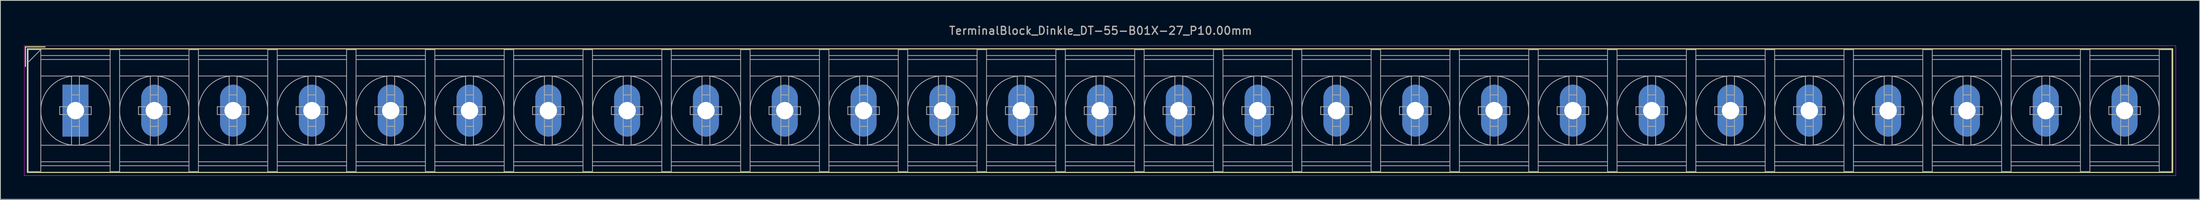
<source format=kicad_pcb>
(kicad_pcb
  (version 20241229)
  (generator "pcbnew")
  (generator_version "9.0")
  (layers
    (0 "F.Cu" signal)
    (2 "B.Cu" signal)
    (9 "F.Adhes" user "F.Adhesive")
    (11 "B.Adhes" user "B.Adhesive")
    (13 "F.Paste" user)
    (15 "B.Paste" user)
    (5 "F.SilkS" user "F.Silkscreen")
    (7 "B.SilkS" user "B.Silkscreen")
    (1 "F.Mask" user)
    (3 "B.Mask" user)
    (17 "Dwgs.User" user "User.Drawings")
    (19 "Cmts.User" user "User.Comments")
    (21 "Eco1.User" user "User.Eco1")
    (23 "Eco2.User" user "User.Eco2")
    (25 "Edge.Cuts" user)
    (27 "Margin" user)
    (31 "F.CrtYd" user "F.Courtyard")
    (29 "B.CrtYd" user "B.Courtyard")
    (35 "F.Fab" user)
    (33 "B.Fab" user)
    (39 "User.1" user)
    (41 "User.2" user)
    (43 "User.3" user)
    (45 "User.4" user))
  (footprint "TerminalBlock_Dinkle_DT-55-B01X-27_P10.00mm"
    (layer "F.Cu")
    (at 6.525 11.008)
    (property "Reference" "TerminalBlock_Dinkle_DT-55-B01X-27_P10.00mm" (at 130.08 -10.16 0) (layer "F.SilkS") (effects (font (size 1 1) (thickness 0.15))))
    (attr through_hole)
    (fp_line (start -6.35 -8.1) (end -3.85 -8.1) (stroke (width 0.12) (type solid)) (layer "F.SilkS"))
    (fp_line (start -6.35 -5.6) (end -6.35 -8.1) (stroke (width 0.12) (type solid)) (layer "F.SilkS"))
    (fp_line (start -6.1 -7.85) (end 266.1 -7.85) (stroke (width 0.12) (type solid)) (layer "F.SilkS"))
    (fp_line (start -6.1 7.85) (end -6.1 -7.85) (stroke (width 0.12) (type solid)) (layer "F.SilkS"))
    (fp_line (start -6.1 7.85) (end 266.1 7.85) (stroke (width 0.12) (type solid)) (layer "F.SilkS"))
    (fp_line (start 266.1 -7.85) (end 266.1 7.85) (stroke (width 0.12) (type solid)) (layer "F.SilkS"))
    (fp_line (start -6.5 -8.25) (end 266.5 -8.25) (stroke (width 0.05) (type solid)) (layer "F.CrtYd"))
    (fp_line (start -6.5 8.25) (end -6.5 -8.25) (stroke (width 0.05) (type solid)) (layer "F.CrtYd"))
    (fp_line (start -6.5 8.25) (end 266.5 8.25) (stroke (width 0.05) (type solid)) (layer "F.CrtYd"))
    (fp_line (start 266.5 -8.25) (end 266.5 8.25) (stroke (width 0.05) (type solid)) (layer "F.CrtYd"))
    (fp_line (start -6 -7.75) (end -6 7.75) (stroke (width 0.1) (type solid)) (layer "F.Fab"))
    (fp_line (start -6 -7.75) (end -4.4 -7.75) (stroke (width 0.1) (type solid)) (layer "F.Fab"))
    (fp_line (start -6 7.75) (end -4.4 7.75) (stroke (width 0.1) (type solid)) (layer "F.Fab"))
    (fp_line (start -4.4 -7.75) (end -6 -6.15) (stroke (width 0.1) (type solid)) (layer "F.Fab"))
    (fp_line (start -4.4 -7.75) (end -4.4 7.75) (stroke (width 0.1) (type solid)) (layer "F.Fab"))
    (fp_line (start -4.4 -7) (end 4.4 -7) (stroke (width 0.1) (type solid)) (layer "F.Fab"))
    (fp_line (start -4.4 -6.5) (end 4.4 -6.5) (stroke (width 0.1) (type solid)) (layer "F.Fab"))
    (fp_line (start -4.4 -4.4) (end 4.4 -4.4) (stroke (width 0.1) (type solid)) (layer "F.Fab"))
    (fp_line (start -4.4 4.4) (end 4.4 4.4) (stroke (width 0.1) (type solid)) (layer "F.Fab"))
    (fp_line (start -4.4 6.5) (end 4.4 6.5) (stroke (width 0.1) (type solid)) (layer "F.Fab"))
    (fp_line (start -4.4 7) (end 4.4 7) (stroke (width 0.1) (type solid)) (layer "F.Fab"))
    (fp_line (start -2 -0.5) (end -2 0.5) (stroke (width 0.1) (type solid)) (layer "F.Fab"))
    (fp_line (start -2 0.5) (end -0.5 0.5) (stroke (width 0.1) (type solid)) (layer "F.Fab"))
    (fp_line (start -0.5 -4.35) (end -0.5 -0.5) (stroke (width 0.1) (type solid)) (layer "F.Fab"))
    (fp_line (start -0.5 -2) (end 0.5 -2) (stroke (width 0.1) (type solid)) (layer "F.Fab"))
    (fp_line (start -0.5 -0.5) (end -2 -0.5) (stroke (width 0.1) (type solid)) (layer "F.Fab"))
    (fp_line (start -0.5 0.5) (end -0.5 4.35) (stroke (width 0.1) (type solid)) (layer "F.Fab"))
    (fp_line (start -0.5 2) (end 0.5 2) (stroke (width 0.1) (type solid)) (layer "F.Fab"))
    (fp_line (start 0.5 -4.35) (end 0.5 -0.5) (stroke (width 0.1) (type solid)) (layer "F.Fab"))
    (fp_line (start 0.5 -0.5) (end 2 -0.5) (stroke (width 0.1) (type solid)) (layer "F.Fab"))
    (fp_line (start 0.5 0.5) (end 0.5 4.35) (stroke (width 0.1) (type solid)) (layer "F.Fab"))
    (fp_line (start 2 -0.5) (end 2 0.5) (stroke (width 0.1) (type solid)) (layer "F.Fab"))
    (fp_line (start 2 0.5) (end 0.5 0.5) (stroke (width 0.1) (type solid)) (layer "F.Fab"))
    (fp_line (start 4.4 -7.75) (end 4.4 7.75) (stroke (width 0.1) (type solid)) (layer "F.Fab"))
    (fp_line (start 4.4 -7.75) (end 5.6 -7.75) (stroke (width 0.1) (type solid)) (layer "F.Fab"))
    (fp_line (start 4.4 7.75) (end 5.6 7.75) (stroke (width 0.1) (type solid)) (layer "F.Fab"))
    (fp_line (start 5.6 -7.75) (end 5.6 7.75) (stroke (width 0.1) (type solid)) (layer "F.Fab"))
    (fp_line (start 5.6 -7) (end 14.4 -7) (stroke (width 0.1) (type solid)) (layer "F.Fab"))
    (fp_line (start 5.6 -6.5) (end 14.4 -6.5) (stroke (width 0.1) (type solid)) (layer "F.Fab"))
    (fp_line (start 5.6 -4.4) (end 14.4 -4.4) (stroke (width 0.1) (type solid)) (layer "F.Fab"))
    (fp_line (start 5.6 4.4) (end 14.4 4.4) (stroke (width 0.1) (type solid)) (layer "F.Fab"))
    (fp_line (start 5.6 6.5) (end 14.4 6.5) (stroke (width 0.1) (type solid)) (layer "F.Fab"))
    (fp_line (start 5.6 7) (end 14.4 7) (stroke (width 0.1) (type solid)) (layer "F.Fab"))
    (fp_line (start 8 -0.5) (end 8 0.5) (stroke (width 0.1) (type solid)) (layer "F.Fab"))
    (fp_line (start 8 0.5) (end 9.5 0.5) (stroke (width 0.1) (type solid)) (layer "F.Fab"))
    (fp_line (start 9.5 -4.35) (end 9.5 -0.5) (stroke (width 0.1) (type solid)) (layer "F.Fab"))
    (fp_line (start 9.5 -2) (end 10.5 -2) (stroke (width 0.1) (type solid)) (layer "F.Fab"))
    (fp_line (start 9.5 -0.5) (end 8 -0.5) (stroke (width 0.1) (type solid)) (layer "F.Fab"))
    (fp_line (start 9.5 0.5) (end 9.5 4.35) (stroke (width 0.1) (type solid)) (layer "F.Fab"))
    (fp_line (start 9.5 2) (end 10.5 2) (stroke (width 0.1) (type solid)) (layer "F.Fab"))
    (fp_line (start 10.5 -4.35) (end 10.5 -0.5) (stroke (width 0.1) (type solid)) (layer "F.Fab"))
    (fp_line (start 10.5 -0.5) (end 12 -0.5) (stroke (width 0.1) (type solid)) (layer "F.Fab"))
    (fp_line (start 10.5 0.5) (end 10.5 4.35) (stroke (width 0.1) (type solid)) (layer "F.Fab"))
    (fp_line (start 12 -0.5) (end 12 0.5) (stroke (width 0.1) (type solid)) (layer "F.Fab"))
    (fp_line (start 12 0.5) (end 10.5 0.5) (stroke (width 0.1) (type solid)) (layer "F.Fab"))
    (fp_line (start 14.4 -7.75) (end 14.4 7.75) (stroke (width 0.1) (type solid)) (layer "F.Fab"))
    (fp_line (start 14.4 -7.75) (end 15.6 -7.75) (stroke (width 0.1) (type solid)) (layer "F.Fab"))
    (fp_line (start 14.4 7.75) (end 15.6 7.75) (stroke (width 0.1) (type solid)) (layer "F.Fab"))
    (fp_line (start 15.6 -7.75) (end 15.6 7.75) (stroke (width 0.1) (type solid)) (layer "F.Fab"))
    (fp_line (start 15.6 -7) (end 24.4 -7) (stroke (width 0.1) (type solid)) (layer "F.Fab"))
    (fp_line (start 15.6 -6.5) (end 24.4 -6.5) (stroke (width 0.1) (type solid)) (layer "F.Fab"))
    (fp_line (start 15.6 -4.4) (end 24.4 -4.4) (stroke (width 0.1) (type solid)) (layer "F.Fab"))
    (fp_line (start 15.6 4.4) (end 24.4 4.4) (stroke (width 0.1) (type solid)) (layer "F.Fab"))
    (fp_line (start 15.6 6.5) (end 24.4 6.5) (stroke (width 0.1) (type solid)) (layer "F.Fab"))
    (fp_line (start 15.6 7) (end 24.4 7) (stroke (width 0.1) (type solid)) (layer "F.Fab"))
    (fp_line (start 18 -0.5) (end 18 0.5) (stroke (width 0.1) (type solid)) (layer "F.Fab"))
    (fp_line (start 18 0.5) (end 19.5 0.5) (stroke (width 0.1) (type solid)) (layer "F.Fab"))
    (fp_line (start 19.5 -4.35) (end 19.5 -0.5) (stroke (width 0.1) (type solid)) (layer "F.Fab"))
    (fp_line (start 19.5 -2) (end 20.5 -2) (stroke (width 0.1) (type solid)) (layer "F.Fab"))
    (fp_line (start 19.5 -0.5) (end 18 -0.5) (stroke (width 0.1) (type solid)) (layer "F.Fab"))
    (fp_line (start 19.5 0.5) (end 19.5 4.35) (stroke (width 0.1) (type solid)) (layer "F.Fab"))
    (fp_line (start 19.5 2) (end 20.5 2) (stroke (width 0.1) (type solid)) (layer "F.Fab"))
    (fp_line (start 20.5 -4.35) (end 20.5 -0.5) (stroke (width 0.1) (type solid)) (layer "F.Fab"))
    (fp_line (start 20.5 -0.5) (end 22 -0.5) (stroke (width 0.1) (type solid)) (layer "F.Fab"))
    (fp_line (start 20.5 0.5) (end 20.5 4.35) (stroke (width 0.1) (type solid)) (layer "F.Fab"))
    (fp_line (start 22 -0.5) (end 22 0.5) (stroke (width 0.1) (type solid)) (layer "F.Fab"))
    (fp_line (start 22 0.5) (end 20.5 0.5) (stroke (width 0.1) (type solid)) (layer "F.Fab"))
    (fp_line (start 24.4 -7.75) (end 24.4 7.75) (stroke (width 0.1) (type solid)) (layer "F.Fab"))
    (fp_line (start 24.4 -7.75) (end 25.6 -7.75) (stroke (width 0.1) (type solid)) (layer "F.Fab"))
    (fp_line (start 24.4 7.75) (end 25.6 7.75) (stroke (width 0.1) (type solid)) (layer "F.Fab"))
    (fp_line (start 25.6 -7.75) (end 25.6 7.75) (stroke (width 0.1) (type solid)) (layer "F.Fab"))
    (fp_line (start 25.6 -7) (end 34.4 -7) (stroke (width 0.1) (type solid)) (layer "F.Fab"))
    (fp_line (start 25.6 -6.5) (end 34.4 -6.5) (stroke (width 0.1) (type solid)) (layer "F.Fab"))
    (fp_line (start 25.6 -4.4) (end 34.4 -4.4) (stroke (width 0.1) (type solid)) (layer "F.Fab"))
    (fp_line (start 25.6 4.4) (end 34.4 4.4) (stroke (width 0.1) (type solid)) (layer "F.Fab"))
    (fp_line (start 25.6 6.5) (end 34.4 6.5) (stroke (width 0.1) (type solid)) (layer "F.Fab"))
    (fp_line (start 25.6 7) (end 34.4 7) (stroke (width 0.1) (type solid)) (layer "F.Fab"))
    (fp_line (start 28 -0.5) (end 28 0.5) (stroke (width 0.1) (type solid)) (layer "F.Fab"))
    (fp_line (start 28 0.5) (end 29.5 0.5) (stroke (width 0.1) (type solid)) (layer "F.Fab"))
    (fp_line (start 29.5 -4.35) (end 29.5 -0.5) (stroke (width 0.1) (type solid)) (layer "F.Fab"))
    (fp_line (start 29.5 -2) (end 30.5 -2) (stroke (width 0.1) (type solid)) (layer "F.Fab"))
    (fp_line (start 29.5 -0.5) (end 28 -0.5) (stroke (width 0.1) (type solid)) (layer "F.Fab"))
    (fp_line (start 29.5 0.5) (end 29.5 4.35) (stroke (width 0.1) (type solid)) (layer "F.Fab"))
    (fp_line (start 29.5 2) (end 30.5 2) (stroke (width 0.1) (type solid)) (layer "F.Fab"))
    (fp_line (start 30.5 -4.35) (end 30.5 -0.5) (stroke (width 0.1) (type solid)) (layer "F.Fab"))
    (fp_line (start 30.5 -0.5) (end 32 -0.5) (stroke (width 0.1) (type solid)) (layer "F.Fab"))
    (fp_line (start 30.5 0.5) (end 30.5 4.35) (stroke (width 0.1) (type solid)) (layer "F.Fab"))
    (fp_line (start 32 -0.5) (end 32 0.5) (stroke (width 0.1) (type solid)) (layer "F.Fab"))
    (fp_line (start 32 0.5) (end 30.5 0.5) (stroke (width 0.1) (type solid)) (layer "F.Fab"))
    (fp_line (start 34.4 -7.75) (end 34.4 7.75) (stroke (width 0.1) (type solid)) (layer "F.Fab"))
    (fp_line (start 34.4 -7.75) (end 35.6 -7.75) (stroke (width 0.1) (type solid)) (layer "F.Fab"))
    (fp_line (start 34.4 7.75) (end 35.6 7.75) (stroke (width 0.1) (type solid)) (layer "F.Fab"))
    (fp_line (start 35.6 -7.75) (end 35.6 7.75) (stroke (width 0.1) (type solid)) (layer "F.Fab"))
    (fp_line (start 35.6 -7) (end 44.4 -7) (stroke (width 0.1) (type solid)) (layer "F.Fab"))
    (fp_line (start 35.6 -6.5) (end 44.4 -6.5) (stroke (width 0.1) (type solid)) (layer "F.Fab"))
    (fp_line (start 35.6 -4.4) (end 44.4 -4.4) (stroke (width 0.1) (type solid)) (layer "F.Fab"))
    (fp_line (start 35.6 4.4) (end 44.4 4.4) (stroke (width 0.1) (type solid)) (layer "F.Fab"))
    (fp_line (start 35.6 6.5) (end 44.4 6.5) (stroke (width 0.1) (type solid)) (layer "F.Fab"))
    (fp_line (start 35.6 7) (end 44.4 7) (stroke (width 0.1) (type solid)) (layer "F.Fab"))
    (fp_line (start 38 -0.5) (end 38 0.5) (stroke (width 0.1) (type solid)) (layer "F.Fab"))
    (fp_line (start 38 0.5) (end 39.5 0.5) (stroke (width 0.1) (type solid)) (layer "F.Fab"))
    (fp_line (start 39.5 -4.35) (end 39.5 -0.5) (stroke (width 0.1) (type solid)) (layer "F.Fab"))
    (fp_line (start 39.5 -2) (end 40.5 -2) (stroke (width 0.1) (type solid)) (layer "F.Fab"))
    (fp_line (start 39.5 -0.5) (end 38 -0.5) (stroke (width 0.1) (type solid)) (layer "F.Fab"))
    (fp_line (start 39.5 0.5) (end 39.5 4.35) (stroke (width 0.1) (type solid)) (layer "F.Fab"))
    (fp_line (start 39.5 2) (end 40.5 2) (stroke (width 0.1) (type solid)) (layer "F.Fab"))
    (fp_line (start 40.5 -4.35) (end 40.5 -0.5) (stroke (width 0.1) (type solid)) (layer "F.Fab"))
    (fp_line (start 40.5 -0.5) (end 42 -0.5) (stroke (width 0.1) (type solid)) (layer "F.Fab"))
    (fp_line (start 40.5 0.5) (end 40.5 4.35) (stroke (width 0.1) (type solid)) (layer "F.Fab"))
    (fp_line (start 42 -0.5) (end 42 0.5) (stroke (width 0.1) (type solid)) (layer "F.Fab"))
    (fp_line (start 42 0.5) (end 40.5 0.5) (stroke (width 0.1) (type solid)) (layer "F.Fab"))
    (fp_line (start 44.4 -7.75) (end 44.4 7.75) (stroke (width 0.1) (type solid)) (layer "F.Fab"))
    (fp_line (start 44.4 -7.75) (end 45.6 -7.75) (stroke (width 0.1) (type solid)) (layer "F.Fab"))
    (fp_line (start 44.4 7.75) (end 45.6 7.75) (stroke (width 0.1) (type solid)) (layer "F.Fab"))
    (fp_line (start 45.6 -7.75) (end 45.6 7.75) (stroke (width 0.1) (type solid)) (layer "F.Fab"))
    (fp_line (start 45.6 -7) (end 54.4 -7) (stroke (width 0.1) (type solid)) (layer "F.Fab"))
    (fp_line (start 45.6 -6.5) (end 54.4 -6.5) (stroke (width 0.1) (type solid)) (layer "F.Fab"))
    (fp_line (start 45.6 -4.4) (end 54.4 -4.4) (stroke (width 0.1) (type solid)) (layer "F.Fab"))
    (fp_line (start 45.6 4.4) (end 54.4 4.4) (stroke (width 0.1) (type solid)) (layer "F.Fab"))
    (fp_line (start 45.6 6.5) (end 54.4 6.5) (stroke (width 0.1) (type solid)) (layer "F.Fab"))
    (fp_line (start 45.6 7) (end 54.4 7) (stroke (width 0.1) (type solid)) (layer "F.Fab"))
    (fp_line (start 48 -0.5) (end 48 0.5) (stroke (width 0.1) (type solid)) (layer "F.Fab"))
    (fp_line (start 48 0.5) (end 49.5 0.5) (stroke (width 0.1) (type solid)) (layer "F.Fab"))
    (fp_line (start 49.5 -4.35) (end 49.5 -0.5) (stroke (width 0.1) (type solid)) (layer "F.Fab"))
    (fp_line (start 49.5 -2) (end 50.5 -2) (stroke (width 0.1) (type solid)) (layer "F.Fab"))
    (fp_line (start 49.5 -0.5) (end 48 -0.5) (stroke (width 0.1) (type solid)) (layer "F.Fab"))
    (fp_line (start 49.5 0.5) (end 49.5 4.35) (stroke (width 0.1) (type solid)) (layer "F.Fab"))
    (fp_line (start 49.5 2) (end 50.5 2) (stroke (width 0.1) (type solid)) (layer "F.Fab"))
    (fp_line (start 50.5 -4.35) (end 50.5 -0.5) (stroke (width 0.1) (type solid)) (layer "F.Fab"))
    (fp_line (start 50.5 -0.5) (end 52 -0.5) (stroke (width 0.1) (type solid)) (layer "F.Fab"))
    (fp_line (start 50.5 0.5) (end 50.5 4.35) (stroke (width 0.1) (type solid)) (layer "F.Fab"))
    (fp_line (start 52 -0.5) (end 52 0.5) (stroke (width 0.1) (type solid)) (layer "F.Fab"))
    (fp_line (start 52 0.5) (end 50.5 0.5) (stroke (width 0.1) (type solid)) (layer "F.Fab"))
    (fp_line (start 54.4 -7.75) (end 54.4 7.75) (stroke (width 0.1) (type solid)) (layer "F.Fab"))
    (fp_line (start 54.4 -7.75) (end 55.6 -7.75) (stroke (width 0.1) (type solid)) (layer "F.Fab"))
    (fp_line (start 54.4 7.75) (end 55.6 7.75) (stroke (width 0.1) (type solid)) (layer "F.Fab"))
    (fp_line (start 55.6 -7.75) (end 55.6 7.75) (stroke (width 0.1) (type solid)) (layer "F.Fab"))
    (fp_line (start 55.6 -7) (end 64.4 -7) (stroke (width 0.1) (type solid)) (layer "F.Fab"))
    (fp_line (start 55.6 -6.5) (end 64.4 -6.5) (stroke (width 0.1) (type solid)) (layer "F.Fab"))
    (fp_line (start 55.6 -4.4) (end 64.4 -4.4) (stroke (width 0.1) (type solid)) (layer "F.Fab"))
    (fp_line (start 55.6 4.4) (end 64.4 4.4) (stroke (width 0.1) (type solid)) (layer "F.Fab"))
    (fp_line (start 55.6 6.5) (end 64.4 6.5) (stroke (width 0.1) (type solid)) (layer "F.Fab"))
    (fp_line (start 55.6 7) (end 64.4 7) (stroke (width 0.1) (type solid)) (layer "F.Fab"))
    (fp_line (start 58 -0.5) (end 58 0.5) (stroke (width 0.1) (type solid)) (layer "F.Fab"))
    (fp_line (start 58 0.5) (end 59.5 0.5) (stroke (width 0.1) (type solid)) (layer "F.Fab"))
    (fp_line (start 59.5 -4.35) (end 59.5 -0.5) (stroke (width 0.1) (type solid)) (layer "F.Fab"))
    (fp_line (start 59.5 -2) (end 60.5 -2) (stroke (width 0.1) (type solid)) (layer "F.Fab"))
    (fp_line (start 59.5 -0.5) (end 58 -0.5) (stroke (width 0.1) (type solid)) (layer "F.Fab"))
    (fp_line (start 59.5 0.5) (end 59.5 4.35) (stroke (width 0.1) (type solid)) (layer "F.Fab"))
    (fp_line (start 59.5 2) (end 60.5 2) (stroke (width 0.1) (type solid)) (layer "F.Fab"))
    (fp_line (start 60.5 -4.35) (end 60.5 -0.5) (stroke (width 0.1) (type solid)) (layer "F.Fab"))
    (fp_line (start 60.5 -0.5) (end 62 -0.5) (stroke (width 0.1) (type solid)) (layer "F.Fab"))
    (fp_line (start 60.5 0.5) (end 60.5 4.35) (stroke (width 0.1) (type solid)) (layer "F.Fab"))
    (fp_line (start 62 -0.5) (end 62 0.5) (stroke (width 0.1) (type solid)) (layer "F.Fab"))
    (fp_line (start 62 0.5) (end 60.5 0.5) (stroke (width 0.1) (type solid)) (layer "F.Fab"))
    (fp_line (start 64.4 -7.75) (end 64.4 7.75) (stroke (width 0.1) (type solid)) (layer "F.Fab"))
    (fp_line (start 64.4 -7.75) (end 65.6 -7.75) (stroke (width 0.1) (type solid)) (layer "F.Fab"))
    (fp_line (start 64.4 7.75) (end 65.6 7.75) (stroke (width 0.1) (type solid)) (layer "F.Fab"))
    (fp_line (start 65.6 -7.75) (end 65.6 7.75) (stroke (width 0.1) (type solid)) (layer "F.Fab"))
    (fp_line (start 65.6 -7) (end 74.4 -7) (stroke (width 0.1) (type solid)) (layer "F.Fab"))
    (fp_line (start 65.6 -6.5) (end 74.4 -6.5) (stroke (width 0.1) (type solid)) (layer "F.Fab"))
    (fp_line (start 65.6 -4.4) (end 74.4 -4.4) (stroke (width 0.1) (type solid)) (layer "F.Fab"))
    (fp_line (start 65.6 4.4) (end 74.4 4.4) (stroke (width 0.1) (type solid)) (layer "F.Fab"))
    (fp_line (start 65.6 6.5) (end 74.4 6.5) (stroke (width 0.1) (type solid)) (layer "F.Fab"))
    (fp_line (start 65.6 7) (end 74.4 7) (stroke (width 0.1) (type solid)) (layer "F.Fab"))
    (fp_line (start 68 -0.5) (end 68 0.5) (stroke (width 0.1) (type solid)) (layer "F.Fab"))
    (fp_line (start 68 0.5) (end 69.5 0.5) (stroke (width 0.1) (type solid)) (layer "F.Fab"))
    (fp_line (start 69.5 -4.35) (end 69.5 -0.5) (stroke (width 0.1) (type solid)) (layer "F.Fab"))
    (fp_line (start 69.5 -2) (end 70.5 -2) (stroke (width 0.1) (type solid)) (layer "F.Fab"))
    (fp_line (start 69.5 -0.5) (end 68 -0.5) (stroke (width 0.1) (type solid)) (layer "F.Fab"))
    (fp_line (start 69.5 0.5) (end 69.5 4.35) (stroke (width 0.1) (type solid)) (layer "F.Fab"))
    (fp_line (start 69.5 2) (end 70.5 2) (stroke (width 0.1) (type solid)) (layer "F.Fab"))
    (fp_line (start 70.5 -4.35) (end 70.5 -0.5) (stroke (width 0.1) (type solid)) (layer "F.Fab"))
    (fp_line (start 70.5 -0.5) (end 72 -0.5) (stroke (width 0.1) (type solid)) (layer "F.Fab"))
    (fp_line (start 70.5 0.5) (end 70.5 4.35) (stroke (width 0.1) (type solid)) (layer "F.Fab"))
    (fp_line (start 72 -0.5) (end 72 0.5) (stroke (width 0.1) (type solid)) (layer "F.Fab"))
    (fp_line (start 72 0.5) (end 70.5 0.5) (stroke (width 0.1) (type solid)) (layer "F.Fab"))
    (fp_line (start 74.4 -7.75) (end 74.4 7.75) (stroke (width 0.1) (type solid)) (layer "F.Fab"))
    (fp_line (start 74.4 -7.75) (end 75.6 -7.75) (stroke (width 0.1) (type solid)) (layer "F.Fab"))
    (fp_line (start 74.4 7.75) (end 75.6 7.75) (stroke (width 0.1) (type solid)) (layer "F.Fab"))
    (fp_line (start 75.6 -7.75) (end 75.6 7.75) (stroke (width 0.1) (type solid)) (layer "F.Fab"))
    (fp_line (start 75.6 -7) (end 84.4 -7) (stroke (width 0.1) (type solid)) (layer "F.Fab"))
    (fp_line (start 75.6 -6.5) (end 84.4 -6.5) (stroke (width 0.1) (type solid)) (layer "F.Fab"))
    (fp_line (start 75.6 -4.4) (end 84.4 -4.4) (stroke (width 0.1) (type solid)) (layer "F.Fab"))
    (fp_line (start 75.6 4.4) (end 84.4 4.4) (stroke (width 0.1) (type solid)) (layer "F.Fab"))
    (fp_line (start 75.6 6.5) (end 84.4 6.5) (stroke (width 0.1) (type solid)) (layer "F.Fab"))
    (fp_line (start 75.6 7) (end 84.4 7) (stroke (width 0.1) (type solid)) (layer "F.Fab"))
    (fp_line (start 78 -0.5) (end 78 0.5) (stroke (width 0.1) (type solid)) (layer "F.Fab"))
    (fp_line (start 78 0.5) (end 79.5 0.5) (stroke (width 0.1) (type solid)) (layer "F.Fab"))
    (fp_line (start 79.5 -4.35) (end 79.5 -0.5) (stroke (width 0.1) (type solid)) (layer "F.Fab"))
    (fp_line (start 79.5 -2) (end 80.5 -2) (stroke (width 0.1) (type solid)) (layer "F.Fab"))
    (fp_line (start 79.5 -0.5) (end 78 -0.5) (stroke (width 0.1) (type solid)) (layer "F.Fab"))
    (fp_line (start 79.5 0.5) (end 79.5 4.35) (stroke (width 0.1) (type solid)) (layer "F.Fab"))
    (fp_line (start 79.5 2) (end 80.5 2) (stroke (width 0.1) (type solid)) (layer "F.Fab"))
    (fp_line (start 80.5 -4.35) (end 80.5 -0.5) (stroke (width 0.1) (type solid)) (layer "F.Fab"))
    (fp_line (start 80.5 -0.5) (end 82 -0.5) (stroke (width 0.1) (type solid)) (layer "F.Fab"))
    (fp_line (start 80.5 0.5) (end 80.5 4.35) (stroke (width 0.1) (type solid)) (layer "F.Fab"))
    (fp_line (start 82 -0.5) (end 82 0.5) (stroke (width 0.1) (type solid)) (layer "F.Fab"))
    (fp_line (start 82 0.5) (end 80.5 0.5) (stroke (width 0.1) (type solid)) (layer "F.Fab"))
    (fp_line (start 84.4 -7.75) (end 84.4 7.75) (stroke (width 0.1) (type solid)) (layer "F.Fab"))
    (fp_line (start 84.4 -7.75) (end 85.6 -7.75) (stroke (width 0.1) (type solid)) (layer "F.Fab"))
    (fp_line (start 84.4 7.75) (end 85.6 7.75) (stroke (width 0.1) (type solid)) (layer "F.Fab"))
    (fp_line (start 85.6 -7.75) (end 85.6 7.75) (stroke (width 0.1) (type solid)) (layer "F.Fab"))
    (fp_line (start 85.6 -7) (end 94.4 -7) (stroke (width 0.1) (type solid)) (layer "F.Fab"))
    (fp_line (start 85.6 -6.5) (end 94.4 -6.5) (stroke (width 0.1) (type solid)) (layer "F.Fab"))
    (fp_line (start 85.6 -4.4) (end 94.4 -4.4) (stroke (width 0.1) (type solid)) (layer "F.Fab"))
    (fp_line (start 85.6 4.4) (end 94.4 4.4) (stroke (width 0.1) (type solid)) (layer "F.Fab"))
    (fp_line (start 85.6 6.5) (end 94.4 6.5) (stroke (width 0.1) (type solid)) (layer "F.Fab"))
    (fp_line (start 85.6 7) (end 94.4 7) (stroke (width 0.1) (type solid)) (layer "F.Fab"))
    (fp_line (start 88 -0.5) (end 88 0.5) (stroke (width 0.1) (type solid)) (layer "F.Fab"))
    (fp_line (start 88 0.5) (end 89.5 0.5) (stroke (width 0.1) (type solid)) (layer "F.Fab"))
    (fp_line (start 89.5 -4.35) (end 89.5 -0.5) (stroke (width 0.1) (type solid)) (layer "F.Fab"))
    (fp_line (start 89.5 -2) (end 90.5 -2) (stroke (width 0.1) (type solid)) (layer "F.Fab"))
    (fp_line (start 89.5 -0.5) (end 88 -0.5) (stroke (width 0.1) (type solid)) (layer "F.Fab"))
    (fp_line (start 89.5 0.5) (end 89.5 4.35) (stroke (width 0.1) (type solid)) (layer "F.Fab"))
    (fp_line (start 89.5 2) (end 90.5 2) (stroke (width 0.1) (type solid)) (layer "F.Fab"))
    (fp_line (start 90.5 -4.35) (end 90.5 -0.5) (stroke (width 0.1) (type solid)) (layer "F.Fab"))
    (fp_line (start 90.5 -0.5) (end 92 -0.5) (stroke (width 0.1) (type solid)) (layer "F.Fab"))
    (fp_line (start 90.5 0.5) (end 90.5 4.35) (stroke (width 0.1) (type solid)) (layer "F.Fab"))
    (fp_line (start 92 -0.5) (end 92 0.5) (stroke (width 0.1) (type solid)) (layer "F.Fab"))
    (fp_line (start 92 0.5) (end 90.5 0.5) (stroke (width 0.1) (type solid)) (layer "F.Fab"))
    (fp_line (start 94.4 -7.75) (end 94.4 7.75) (stroke (width 0.1) (type solid)) (layer "F.Fab"))
    (fp_line (start 94.4 -7.75) (end 95.6 -7.75) (stroke (width 0.1) (type solid)) (layer "F.Fab"))
    (fp_line (start 94.4 7.75) (end 95.6 7.75) (stroke (width 0.1) (type solid)) (layer "F.Fab"))
    (fp_line (start 95.6 -7.75) (end 95.6 7.75) (stroke (width 0.1) (type solid)) (layer "F.Fab"))
    (fp_line (start 95.6 -7) (end 104.4 -7) (stroke (width 0.1) (type solid)) (layer "F.Fab"))
    (fp_line (start 95.6 -6.5) (end 104.4 -6.5) (stroke (width 0.1) (type solid)) (layer "F.Fab"))
    (fp_line (start 95.6 -4.4) (end 104.4 -4.4) (stroke (width 0.1) (type solid)) (layer "F.Fab"))
    (fp_line (start 95.6 4.4) (end 104.4 4.4) (stroke (width 0.1) (type solid)) (layer "F.Fab"))
    (fp_line (start 95.6 6.5) (end 104.4 6.5) (stroke (width 0.1) (type solid)) (layer "F.Fab"))
    (fp_line (start 95.6 7) (end 104.4 7) (stroke (width 0.1) (type solid)) (layer "F.Fab"))
    (fp_line (start 98 -0.5) (end 98 0.5) (stroke (width 0.1) (type solid)) (layer "F.Fab"))
    (fp_line (start 98 0.5) (end 99.5 0.5) (stroke (width 0.1) (type solid)) (layer "F.Fab"))
    (fp_line (start 99.5 -4.35) (end 99.5 -0.5) (stroke (width 0.1) (type solid)) (layer "F.Fab"))
    (fp_line (start 99.5 -2) (end 100.5 -2) (stroke (width 0.1) (type solid)) (layer "F.Fab"))
    (fp_line (start 99.5 -0.5) (end 98 -0.5) (stroke (width 0.1) (type solid)) (layer "F.Fab"))
    (fp_line (start 99.5 0.5) (end 99.5 4.35) (stroke (width 0.1) (type solid)) (layer "F.Fab"))
    (fp_line (start 99.5 2) (end 100.5 2) (stroke (width 0.1) (type solid)) (layer "F.Fab"))
    (fp_line (start 100.5 -4.35) (end 100.5 -0.5) (stroke (width 0.1) (type solid)) (layer "F.Fab"))
    (fp_line (start 100.5 -0.5) (end 102 -0.5) (stroke (width 0.1) (type solid)) (layer "F.Fab"))
    (fp_line (start 100.5 0.5) (end 100.5 4.35) (stroke (width 0.1) (type solid)) (layer "F.Fab"))
    (fp_line (start 102 -0.5) (end 102 0.5) (stroke (width 0.1) (type solid)) (layer "F.Fab"))
    (fp_line (start 102 0.5) (end 100.5 0.5) (stroke (width 0.1) (type solid)) (layer "F.Fab"))
    (fp_line (start 104.4 -7.75) (end 104.4 7.75) (stroke (width 0.1) (type solid)) (layer "F.Fab"))
    (fp_line (start 104.4 -7.75) (end 105.6 -7.75) (stroke (width 0.1) (type solid)) (layer "F.Fab"))
    (fp_line (start 104.4 7.75) (end 105.6 7.75) (stroke (width 0.1) (type solid)) (layer "F.Fab"))
    (fp_line (start 105.6 -7.75) (end 105.6 7.75) (stroke (width 0.1) (type solid)) (layer "F.Fab"))
    (fp_line (start 105.6 -7) (end 114.4 -7) (stroke (width 0.1) (type solid)) (layer "F.Fab"))
    (fp_line (start 105.6 -6.5) (end 114.4 -6.5) (stroke (width 0.1) (type solid)) (layer "F.Fab"))
    (fp_line (start 105.6 -4.4) (end 114.4 -4.4) (stroke (width 0.1) (type solid)) (layer "F.Fab"))
    (fp_line (start 105.6 4.4) (end 114.4 4.4) (stroke (width 0.1) (type solid)) (layer "F.Fab"))
    (fp_line (start 105.6 6.5) (end 114.4 6.5) (stroke (width 0.1) (type solid)) (layer "F.Fab"))
    (fp_line (start 105.6 7) (end 114.4 7) (stroke (width 0.1) (type solid)) (layer "F.Fab"))
    (fp_line (start 108 -0.5) (end 108 0.5) (stroke (width 0.1) (type solid)) (layer "F.Fab"))
    (fp_line (start 108 0.5) (end 109.5 0.5) (stroke (width 0.1) (type solid)) (layer "F.Fab"))
    (fp_line (start 109.5 -4.35) (end 109.5 -0.5) (stroke (width 0.1) (type solid)) (layer "F.Fab"))
    (fp_line (start 109.5 -2) (end 110.5 -2) (stroke (width 0.1) (type solid)) (layer "F.Fab"))
    (fp_line (start 109.5 -0.5) (end 108 -0.5) (stroke (width 0.1) (type solid)) (layer "F.Fab"))
    (fp_line (start 109.5 0.5) (end 109.5 4.35) (stroke (width 0.1) (type solid)) (layer "F.Fab"))
    (fp_line (start 109.5 2) (end 110.5 2) (stroke (width 0.1) (type solid)) (layer "F.Fab"))
    (fp_line (start 110.5 -4.35) (end 110.5 -0.5) (stroke (width 0.1) (type solid)) (layer "F.Fab"))
    (fp_line (start 110.5 -0.5) (end 112 -0.5) (stroke (width 0.1) (type solid)) (layer "F.Fab"))
    (fp_line (start 110.5 0.5) (end 110.5 4.35) (stroke (width 0.1) (type solid)) (layer "F.Fab"))
    (fp_line (start 112 -0.5) (end 112 0.5) (stroke (width 0.1) (type solid)) (layer "F.Fab"))
    (fp_line (start 112 0.5) (end 110.5 0.5) (stroke (width 0.1) (type solid)) (layer "F.Fab"))
    (fp_line (start 114.4 -7.75) (end 114.4 7.75) (stroke (width 0.1) (type solid)) (layer "F.Fab"))
    (fp_line (start 114.4 -7.75) (end 115.6 -7.75) (stroke (width 0.1) (type solid)) (layer "F.Fab"))
    (fp_line (start 114.4 7.75) (end 115.6 7.75) (stroke (width 0.1) (type solid)) (layer "F.Fab"))
    (fp_line (start 115.6 -7.75) (end 115.6 7.75) (stroke (width 0.1) (type solid)) (layer "F.Fab"))
    (fp_line (start 115.6 -7) (end 124.4 -7) (stroke (width 0.1) (type solid)) (layer "F.Fab"))
    (fp_line (start 115.6 -6.5) (end 124.4 -6.5) (stroke (width 0.1) (type solid)) (layer "F.Fab"))
    (fp_line (start 115.6 -4.4) (end 124.4 -4.4) (stroke (width 0.1) (type solid)) (layer "F.Fab"))
    (fp_line (start 115.6 4.4) (end 124.4 4.4) (stroke (width 0.1) (type solid)) (layer "F.Fab"))
    (fp_line (start 115.6 6.5) (end 124.4 6.5) (stroke (width 0.1) (type solid)) (layer "F.Fab"))
    (fp_line (start 115.6 7) (end 124.4 7) (stroke (width 0.1) (type solid)) (layer "F.Fab"))
    (fp_line (start 118 -0.5) (end 118 0.5) (stroke (width 0.1) (type solid)) (layer "F.Fab"))
    (fp_line (start 118 0.5) (end 119.5 0.5) (stroke (width 0.1) (type solid)) (layer "F.Fab"))
    (fp_line (start 119.5 -4.35) (end 119.5 -0.5) (stroke (width 0.1) (type solid)) (layer "F.Fab"))
    (fp_line (start 119.5 -2) (end 120.5 -2) (stroke (width 0.1) (type solid)) (layer "F.Fab"))
    (fp_line (start 119.5 -0.5) (end 118 -0.5) (stroke (width 0.1) (type solid)) (layer "F.Fab"))
    (fp_line (start 119.5 0.5) (end 119.5 4.35) (stroke (width 0.1) (type solid)) (layer "F.Fab"))
    (fp_line (start 119.5 2) (end 120.5 2) (stroke (width 0.1) (type solid)) (layer "F.Fab"))
    (fp_line (start 120.5 -4.35) (end 120.5 -0.5) (stroke (width 0.1) (type solid)) (layer "F.Fab"))
    (fp_line (start 120.5 -0.5) (end 122 -0.5) (stroke (width 0.1) (type solid)) (layer "F.Fab"))
    (fp_line (start 120.5 0.5) (end 120.5 4.35) (stroke (width 0.1) (type solid)) (layer "F.Fab"))
    (fp_line (start 122 -0.5) (end 122 0.5) (stroke (width 0.1) (type solid)) (layer "F.Fab"))
    (fp_line (start 122 0.5) (end 120.5 0.5) (stroke (width 0.1) (type solid)) (layer "F.Fab"))
    (fp_line (start 124.4 -7.75) (end 124.4 7.75) (stroke (width 0.1) (type solid)) (layer "F.Fab"))
    (fp_line (start 124.4 -7.75) (end 125.6 -7.75) (stroke (width 0.1) (type solid)) (layer "F.Fab"))
    (fp_line (start 124.4 7.75) (end 125.6 7.75) (stroke (width 0.1) (type solid)) (layer "F.Fab"))
    (fp_line (start 125.6 -7.75) (end 125.6 7.75) (stroke (width 0.1) (type solid)) (layer "F.Fab"))
    (fp_line (start 125.6 -7) (end 134.4 -7) (stroke (width 0.1) (type solid)) (layer "F.Fab"))
    (fp_line (start 125.6 -6.5) (end 134.4 -6.5) (stroke (width 0.1) (type solid)) (layer "F.Fab"))
    (fp_line (start 125.6 -4.4) (end 134.4 -4.4) (stroke (width 0.1) (type solid)) (layer "F.Fab"))
    (fp_line (start 125.6 4.4) (end 134.4 4.4) (stroke (width 0.1) (type solid)) (layer "F.Fab"))
    (fp_line (start 125.6 6.5) (end 134.4 6.5) (stroke (width 0.1) (type solid)) (layer "F.Fab"))
    (fp_line (start 125.6 7) (end 134.4 7) (stroke (width 0.1) (type solid)) (layer "F.Fab"))
    (fp_line (start 128 -0.5) (end 128 0.5) (stroke (width 0.1) (type solid)) (layer "F.Fab"))
    (fp_line (start 128 0.5) (end 129.5 0.5) (stroke (width 0.1) (type solid)) (layer "F.Fab"))
    (fp_line (start 129.5 -4.35) (end 129.5 -0.5) (stroke (width 0.1) (type solid)) (layer "F.Fab"))
    (fp_line (start 129.5 -2) (end 130.5 -2) (stroke (width 0.1) (type solid)) (layer "F.Fab"))
    (fp_line (start 129.5 -0.5) (end 128 -0.5) (stroke (width 0.1) (type solid)) (layer "F.Fab"))
    (fp_line (start 129.5 0.5) (end 129.5 4.35) (stroke (width 0.1) (type solid)) (layer "F.Fab"))
    (fp_line (start 129.5 2) (end 130.5 2) (stroke (width 0.1) (type solid)) (layer "F.Fab"))
    (fp_line (start 130.5 -4.35) (end 130.5 -0.5) (stroke (width 0.1) (type solid)) (layer "F.Fab"))
    (fp_line (start 130.5 -0.5) (end 132 -0.5) (stroke (width 0.1) (type solid)) (layer "F.Fab"))
    (fp_line (start 130.5 0.5) (end 130.5 4.35) (stroke (width 0.1) (type solid)) (layer "F.Fab"))
    (fp_line (start 132 -0.5) (end 132 0.5) (stroke (width 0.1) (type solid)) (layer "F.Fab"))
    (fp_line (start 132 0.5) (end 130.5 0.5) (stroke (width 0.1) (type solid)) (layer "F.Fab"))
    (fp_line (start 134.4 -7.75) (end 134.4 7.75) (stroke (width 0.1) (type solid)) (layer "F.Fab"))
    (fp_line (start 134.4 -7.75) (end 135.6 -7.75) (stroke (width 0.1) (type solid)) (layer "F.Fab"))
    (fp_line (start 134.4 7.75) (end 135.6 7.75) (stroke (width 0.1) (type solid)) (layer "F.Fab"))
    (fp_line (start 135.6 -7.75) (end 135.6 7.75) (stroke (width 0.1) (type solid)) (layer "F.Fab"))
    (fp_line (start 135.6 -7) (end 144.4 -7) (stroke (width 0.1) (type solid)) (layer "F.Fab"))
    (fp_line (start 135.6 -6.5) (end 144.4 -6.5) (stroke (width 0.1) (type solid)) (layer "F.Fab"))
    (fp_line (start 135.6 -4.4) (end 144.4 -4.4) (stroke (width 0.1) (type solid)) (layer "F.Fab"))
    (fp_line (start 135.6 4.4) (end 144.4 4.4) (stroke (width 0.1) (type solid)) (layer "F.Fab"))
    (fp_line (start 135.6 6.5) (end 144.4 6.5) (stroke (width 0.1) (type solid)) (layer "F.Fab"))
    (fp_line (start 135.6 7) (end 144.4 7) (stroke (width 0.1) (type solid)) (layer "F.Fab"))
    (fp_line (start 138 -0.5) (end 138 0.5) (stroke (width 0.1) (type solid)) (layer "F.Fab"))
    (fp_line (start 138 0.5) (end 139.5 0.5) (stroke (width 0.1) (type solid)) (layer "F.Fab"))
    (fp_line (start 139.5 -4.35) (end 139.5 -0.5) (stroke (width 0.1) (type solid)) (layer "F.Fab"))
    (fp_line (start 139.5 -2) (end 140.5 -2) (stroke (width 0.1) (type solid)) (layer "F.Fab"))
    (fp_line (start 139.5 -0.5) (end 138 -0.5) (stroke (width 0.1) (type solid)) (layer "F.Fab"))
    (fp_line (start 139.5 0.5) (end 139.5 4.35) (stroke (width 0.1) (type solid)) (layer "F.Fab"))
    (fp_line (start 139.5 2) (end 140.5 2) (stroke (width 0.1) (type solid)) (layer "F.Fab"))
    (fp_line (start 140.5 -4.35) (end 140.5 -0.5) (stroke (width 0.1) (type solid)) (layer "F.Fab"))
    (fp_line (start 140.5 -0.5) (end 142 -0.5) (stroke (width 0.1) (type solid)) (layer "F.Fab"))
    (fp_line (start 140.5 0.5) (end 140.5 4.35) (stroke (width 0.1) (type solid)) (layer "F.Fab"))
    (fp_line (start 142 -0.5) (end 142 0.5) (stroke (width 0.1) (type solid)) (layer "F.Fab"))
    (fp_line (start 142 0.5) (end 140.5 0.5) (stroke (width 0.1) (type solid)) (layer "F.Fab"))
    (fp_line (start 144.4 -7.75) (end 144.4 7.75) (stroke (width 0.1) (type solid)) (layer "F.Fab"))
    (fp_line (start 144.4 -7.75) (end 145.6 -7.75) (stroke (width 0.1) (type solid)) (layer "F.Fab"))
    (fp_line (start 144.4 7.75) (end 145.6 7.75) (stroke (width 0.1) (type solid)) (layer "F.Fab"))
    (fp_line (start 145.6 -7.75) (end 145.6 7.75) (stroke (width 0.1) (type solid)) (layer "F.Fab"))
    (fp_line (start 145.6 -7) (end 154.4 -7) (stroke (width 0.1) (type solid)) (layer "F.Fab"))
    (fp_line (start 145.6 -6.5) (end 154.4 -6.5) (stroke (width 0.1) (type solid)) (layer "F.Fab"))
    (fp_line (start 145.6 -4.4) (end 154.4 -4.4) (stroke (width 0.1) (type solid)) (layer "F.Fab"))
    (fp_line (start 145.6 4.4) (end 154.4 4.4) (stroke (width 0.1) (type solid)) (layer "F.Fab"))
    (fp_line (start 145.6 6.5) (end 154.4 6.5) (stroke (width 0.1) (type solid)) (layer "F.Fab"))
    (fp_line (start 145.6 7) (end 154.4 7) (stroke (width 0.1) (type solid)) (layer "F.Fab"))
    (fp_line (start 148 -0.5) (end 148 0.5) (stroke (width 0.1) (type solid)) (layer "F.Fab"))
    (fp_line (start 148 0.5) (end 149.5 0.5) (stroke (width 0.1) (type solid)) (layer "F.Fab"))
    (fp_line (start 149.5 -4.35) (end 149.5 -0.5) (stroke (width 0.1) (type solid)) (layer "F.Fab"))
    (fp_line (start 149.5 -2) (end 150.5 -2) (stroke (width 0.1) (type solid)) (layer "F.Fab"))
    (fp_line (start 149.5 -0.5) (end 148 -0.5) (stroke (width 0.1) (type solid)) (layer "F.Fab"))
    (fp_line (start 149.5 0.5) (end 149.5 4.35) (stroke (width 0.1) (type solid)) (layer "F.Fab"))
    (fp_line (start 149.5 2) (end 150.5 2) (stroke (width 0.1) (type solid)) (layer "F.Fab"))
    (fp_line (start 150.5 -4.35) (end 150.5 -0.5) (stroke (width 0.1) (type solid)) (layer "F.Fab"))
    (fp_line (start 150.5 -0.5) (end 152 -0.5) (stroke (width 0.1) (type solid)) (layer "F.Fab"))
    (fp_line (start 150.5 0.5) (end 150.5 4.35) (stroke (width 0.1) (type solid)) (layer "F.Fab"))
    (fp_line (start 152 -0.5) (end 152 0.5) (stroke (width 0.1) (type solid)) (layer "F.Fab"))
    (fp_line (start 152 0.5) (end 150.5 0.5) (stroke (width 0.1) (type solid)) (layer "F.Fab"))
    (fp_line (start 154.4 -7.75) (end 154.4 7.75) (stroke (width 0.1) (type solid)) (layer "F.Fab"))
    (fp_line (start 154.4 -7.75) (end 155.6 -7.75) (stroke (width 0.1) (type solid)) (layer "F.Fab"))
    (fp_line (start 154.4 7.75) (end 155.6 7.75) (stroke (width 0.1) (type solid)) (layer "F.Fab"))
    (fp_line (start 155.6 -7.75) (end 155.6 7.75) (stroke (width 0.1) (type solid)) (layer "F.Fab"))
    (fp_line (start 155.6 -7) (end 164.4 -7) (stroke (width 0.1) (type solid)) (layer "F.Fab"))
    (fp_line (start 155.6 -6.5) (end 164.4 -6.5) (stroke (width 0.1) (type solid)) (layer "F.Fab"))
    (fp_line (start 155.6 -4.4) (end 164.4 -4.4) (stroke (width 0.1) (type solid)) (layer "F.Fab"))
    (fp_line (start 155.6 4.4) (end 164.4 4.4) (stroke (width 0.1) (type solid)) (layer "F.Fab"))
    (fp_line (start 155.6 6.5) (end 164.4 6.5) (stroke (width 0.1) (type solid)) (layer "F.Fab"))
    (fp_line (start 155.6 7) (end 164.4 7) (stroke (width 0.1) (type solid)) (layer "F.Fab"))
    (fp_line (start 158 -0.5) (end 158 0.5) (stroke (width 0.1) (type solid)) (layer "F.Fab"))
    (fp_line (start 158 0.5) (end 159.5 0.5) (stroke (width 0.1) (type solid)) (layer "F.Fab"))
    (fp_line (start 159.5 -4.35) (end 159.5 -0.5) (stroke (width 0.1) (type solid)) (layer "F.Fab"))
    (fp_line (start 159.5 -2) (end 160.5 -2) (stroke (width 0.1) (type solid)) (layer "F.Fab"))
    (fp_line (start 159.5 -0.5) (end 158 -0.5) (stroke (width 0.1) (type solid)) (layer "F.Fab"))
    (fp_line (start 159.5 0.5) (end 159.5 4.35) (stroke (width 0.1) (type solid)) (layer "F.Fab"))
    (fp_line (start 159.5 2) (end 160.5 2) (stroke (width 0.1) (type solid)) (layer "F.Fab"))
    (fp_line (start 160.5 -4.35) (end 160.5 -0.5) (stroke (width 0.1) (type solid)) (layer "F.Fab"))
    (fp_line (start 160.5 -0.5) (end 162 -0.5) (stroke (width 0.1) (type solid)) (layer "F.Fab"))
    (fp_line (start 160.5 0.5) (end 160.5 4.35) (stroke (width 0.1) (type solid)) (layer "F.Fab"))
    (fp_line (start 162 -0.5) (end 162 0.5) (stroke (width 0.1) (type solid)) (layer "F.Fab"))
    (fp_line (start 162 0.5) (end 160.5 0.5) (stroke (width 0.1) (type solid)) (layer "F.Fab"))
    (fp_line (start 164.4 -7.75) (end 164.4 7.75) (stroke (width 0.1) (type solid)) (layer "F.Fab"))
    (fp_line (start 164.4 -7.75) (end 165.6 -7.75) (stroke (width 0.1) (type solid)) (layer "F.Fab"))
    (fp_line (start 164.4 7.75) (end 165.6 7.75) (stroke (width 0.1) (type solid)) (layer "F.Fab"))
    (fp_line (start 165.6 -7.75) (end 165.6 7.75) (stroke (width 0.1) (type solid)) (layer "F.Fab"))
    (fp_line (start 165.6 -7) (end 174.4 -7) (stroke (width 0.1) (type solid)) (layer "F.Fab"))
    (fp_line (start 165.6 -6.5) (end 174.4 -6.5) (stroke (width 0.1) (type solid)) (layer "F.Fab"))
    (fp_line (start 165.6 -4.4) (end 174.4 -4.4) (stroke (width 0.1) (type solid)) (layer "F.Fab"))
    (fp_line (start 165.6 4.4) (end 174.4 4.4) (stroke (width 0.1) (type solid)) (layer "F.Fab"))
    (fp_line (start 165.6 6.5) (end 174.4 6.5) (stroke (width 0.1) (type solid)) (layer "F.Fab"))
    (fp_line (start 165.6 7) (end 174.4 7) (stroke (width 0.1) (type solid)) (layer "F.Fab"))
    (fp_line (start 168 -0.5) (end 168 0.5) (stroke (width 0.1) (type solid)) (layer "F.Fab"))
    (fp_line (start 168 0.5) (end 169.5 0.5) (stroke (width 0.1) (type solid)) (layer "F.Fab"))
    (fp_line (start 169.5 -4.35) (end 169.5 -0.5) (stroke (width 0.1) (type solid)) (layer "F.Fab"))
    (fp_line (start 169.5 -2) (end 170.5 -2) (stroke (width 0.1) (type solid)) (layer "F.Fab"))
    (fp_line (start 169.5 -0.5) (end 168 -0.5) (stroke (width 0.1) (type solid)) (layer "F.Fab"))
    (fp_line (start 169.5 0.5) (end 169.5 4.35) (stroke (width 0.1) (type solid)) (layer "F.Fab"))
    (fp_line (start 169.5 2) (end 170.5 2) (stroke (width 0.1) (type solid)) (layer "F.Fab"))
    (fp_line (start 170.5 -4.35) (end 170.5 -0.5) (stroke (width 0.1) (type solid)) (layer "F.Fab"))
    (fp_line (start 170.5 -0.5) (end 172 -0.5) (stroke (width 0.1) (type solid)) (layer "F.Fab"))
    (fp_line (start 170.5 0.5) (end 170.5 4.35) (stroke (width 0.1) (type solid)) (layer "F.Fab"))
    (fp_line (start 172 -0.5) (end 172 0.5) (stroke (width 0.1) (type solid)) (layer "F.Fab"))
    (fp_line (start 172 0.5) (end 170.5 0.5) (stroke (width 0.1) (type solid)) (layer "F.Fab"))
    (fp_line (start 174.4 -7.75) (end 174.4 7.75) (stroke (width 0.1) (type solid)) (layer "F.Fab"))
    (fp_line (start 174.4 -7.75) (end 175.6 -7.75) (stroke (width 0.1) (type solid)) (layer "F.Fab"))
    (fp_line (start 174.4 7.75) (end 175.6 7.75) (stroke (width 0.1) (type solid)) (layer "F.Fab"))
    (fp_line (start 175.6 -7.75) (end 175.6 7.75) (stroke (width 0.1) (type solid)) (layer "F.Fab"))
    (fp_line (start 175.6 -7) (end 184.4 -7) (stroke (width 0.1) (type solid)) (layer "F.Fab"))
    (fp_line (start 175.6 -6.5) (end 184.4 -6.5) (stroke (width 0.1) (type solid)) (layer "F.Fab"))
    (fp_line (start 175.6 -4.4) (end 184.4 -4.4) (stroke (width 0.1) (type solid)) (layer "F.Fab"))
    (fp_line (start 175.6 4.4) (end 184.4 4.4) (stroke (width 0.1) (type solid)) (layer "F.Fab"))
    (fp_line (start 175.6 6.5) (end 184.4 6.5) (stroke (width 0.1) (type solid)) (layer "F.Fab"))
    (fp_line (start 175.6 7) (end 184.4 7) (stroke (width 0.1) (type solid)) (layer "F.Fab"))
    (fp_line (start 178 -0.5) (end 178 0.5) (stroke (width 0.1) (type solid)) (layer "F.Fab"))
    (fp_line (start 178 0.5) (end 179.5 0.5) (stroke (width 0.1) (type solid)) (layer "F.Fab"))
    (fp_line (start 179.5 -4.35) (end 179.5 -0.5) (stroke (width 0.1) (type solid)) (layer "F.Fab"))
    (fp_line (start 179.5 -2) (end 180.5 -2) (stroke (width 0.1) (type solid)) (layer "F.Fab"))
    (fp_line (start 179.5 -0.5) (end 178 -0.5) (stroke (width 0.1) (type solid)) (layer "F.Fab"))
    (fp_line (start 179.5 0.5) (end 179.5 4.35) (stroke (width 0.1) (type solid)) (layer "F.Fab"))
    (fp_line (start 179.5 2) (end 180.5 2) (stroke (width 0.1) (type solid)) (layer "F.Fab"))
    (fp_line (start 180.5 -4.35) (end 180.5 -0.5) (stroke (width 0.1) (type solid)) (layer "F.Fab"))
    (fp_line (start 180.5 -0.5) (end 182 -0.5) (stroke (width 0.1) (type solid)) (layer "F.Fab"))
    (fp_line (start 180.5 0.5) (end 180.5 4.35) (stroke (width 0.1) (type solid)) (layer "F.Fab"))
    (fp_line (start 182 -0.5) (end 182 0.5) (stroke (width 0.1) (type solid)) (layer "F.Fab"))
    (fp_line (start 182 0.5) (end 180.5 0.5) (stroke (width 0.1) (type solid)) (layer "F.Fab"))
    (fp_line (start 184.4 -7.75) (end 184.4 7.75) (stroke (width 0.1) (type solid)) (layer "F.Fab"))
    (fp_line (start 184.4 -7.75) (end 185.6 -7.75) (stroke (width 0.1) (type solid)) (layer "F.Fab"))
    (fp_line (start 184.4 7.75) (end 185.6 7.75) (stroke (width 0.1) (type solid)) (layer "F.Fab"))
    (fp_line (start 185.6 -7.75) (end 185.6 7.75) (stroke (width 0.1) (type solid)) (layer "F.Fab"))
    (fp_line (start 185.6 -7) (end 194.4 -7) (stroke (width 0.1) (type solid)) (layer "F.Fab"))
    (fp_line (start 185.6 -6.5) (end 194.4 -6.5) (stroke (width 0.1) (type solid)) (layer "F.Fab"))
    (fp_line (start 185.6 -4.4) (end 194.4 -4.4) (stroke (width 0.1) (type solid)) (layer "F.Fab"))
    (fp_line (start 185.6 4.4) (end 194.4 4.4) (stroke (width 0.1) (type solid)) (layer "F.Fab"))
    (fp_line (start 185.6 6.5) (end 194.4 6.5) (stroke (width 0.1) (type solid)) (layer "F.Fab"))
    (fp_line (start 185.6 7) (end 194.4 7) (stroke (width 0.1) (type solid)) (layer "F.Fab"))
    (fp_line (start 188 -0.5) (end 188 0.5) (stroke (width 0.1) (type solid)) (layer "F.Fab"))
    (fp_line (start 188 0.5) (end 189.5 0.5) (stroke (width 0.1) (type solid)) (layer "F.Fab"))
    (fp_line (start 189.5 -4.35) (end 189.5 -0.5) (stroke (width 0.1) (type solid)) (layer "F.Fab"))
    (fp_line (start 189.5 -2) (end 190.5 -2) (stroke (width 0.1) (type solid)) (layer "F.Fab"))
    (fp_line (start 189.5 -0.5) (end 188 -0.5) (stroke (width 0.1) (type solid)) (layer "F.Fab"))
    (fp_line (start 189.5 0.5) (end 189.5 4.35) (stroke (width 0.1) (type solid)) (layer "F.Fab"))
    (fp_line (start 189.5 2) (end 190.5 2) (stroke (width 0.1) (type solid)) (layer "F.Fab"))
    (fp_line (start 190.5 -4.35) (end 190.5 -0.5) (stroke (width 0.1) (type solid)) (layer "F.Fab"))
    (fp_line (start 190.5 -0.5) (end 192 -0.5) (stroke (width 0.1) (type solid)) (layer "F.Fab"))
    (fp_line (start 190.5 0.5) (end 190.5 4.35) (stroke (width 0.1) (type solid)) (layer "F.Fab"))
    (fp_line (start 192 -0.5) (end 192 0.5) (stroke (width 0.1) (type solid)) (layer "F.Fab"))
    (fp_line (start 192 0.5) (end 190.5 0.5) (stroke (width 0.1) (type solid)) (layer "F.Fab"))
    (fp_line (start 194.4 -7.75) (end 194.4 7.75) (stroke (width 0.1) (type solid)) (layer "F.Fab"))
    (fp_line (start 194.4 -7.75) (end 195.6 -7.75) (stroke (width 0.1) (type solid)) (layer "F.Fab"))
    (fp_line (start 194.4 7.75) (end 195.6 7.75) (stroke (width 0.1) (type solid)) (layer "F.Fab"))
    (fp_line (start 195.6 -7.75) (end 195.6 7.75) (stroke (width 0.1) (type solid)) (layer "F.Fab"))
    (fp_line (start 195.6 -7) (end 204.4 -7) (stroke (width 0.1) (type solid)) (layer "F.Fab"))
    (fp_line (start 195.6 -6.5) (end 204.4 -6.5) (stroke (width 0.1) (type solid)) (layer "F.Fab"))
    (fp_line (start 195.6 -4.4) (end 204.4 -4.4) (stroke (width 0.1) (type solid)) (layer "F.Fab"))
    (fp_line (start 195.6 4.4) (end 204.4 4.4) (stroke (width 0.1) (type solid)) (layer "F.Fab"))
    (fp_line (start 195.6 6.5) (end 204.4 6.5) (stroke (width 0.1) (type solid)) (layer "F.Fab"))
    (fp_line (start 195.6 7) (end 204.4 7) (stroke (width 0.1) (type solid)) (layer "F.Fab"))
    (fp_line (start 198 -0.5) (end 198 0.5) (stroke (width 0.1) (type solid)) (layer "F.Fab"))
    (fp_line (start 198 0.5) (end 199.5 0.5) (stroke (width 0.1) (type solid)) (layer "F.Fab"))
    (fp_line (start 199.5 -4.35) (end 199.5 -0.5) (stroke (width 0.1) (type solid)) (layer "F.Fab"))
    (fp_line (start 199.5 -2) (end 200.5 -2) (stroke (width 0.1) (type solid)) (layer "F.Fab"))
    (fp_line (start 199.5 -0.5) (end 198 -0.5) (stroke (width 0.1) (type solid)) (layer "F.Fab"))
    (fp_line (start 199.5 0.5) (end 199.5 4.35) (stroke (width 0.1) (type solid)) (layer "F.Fab"))
    (fp_line (start 199.5 2) (end 200.5 2) (stroke (width 0.1) (type solid)) (layer "F.Fab"))
    (fp_line (start 200.5 -4.35) (end 200.5 -0.5) (stroke (width 0.1) (type solid)) (layer "F.Fab"))
    (fp_line (start 200.5 -0.5) (end 202 -0.5) (stroke (width 0.1) (type solid)) (layer "F.Fab"))
    (fp_line (start 200.5 0.5) (end 200.5 4.35) (stroke (width 0.1) (type solid)) (layer "F.Fab"))
    (fp_line (start 202 -0.5) (end 202 0.5) (stroke (width 0.1) (type solid)) (layer "F.Fab"))
    (fp_line (start 202 0.5) (end 200.5 0.5) (stroke (width 0.1) (type solid)) (layer "F.Fab"))
    (fp_line (start 204.4 -7.75) (end 204.4 7.75) (stroke (width 0.1) (type solid)) (layer "F.Fab"))
    (fp_line (start 204.4 -7.75) (end 205.6 -7.75) (stroke (width 0.1) (type solid)) (layer "F.Fab"))
    (fp_line (start 204.4 7.75) (end 205.6 7.75) (stroke (width 0.1) (type solid)) (layer "F.Fab"))
    (fp_line (start 205.6 -7.75) (end 205.6 7.75) (stroke (width 0.1) (type solid)) (layer "F.Fab"))
    (fp_line (start 205.6 -7) (end 214.4 -7) (stroke (width 0.1) (type solid)) (layer "F.Fab"))
    (fp_line (start 205.6 -6.5) (end 214.4 -6.5) (stroke (width 0.1) (type solid)) (layer "F.Fab"))
    (fp_line (start 205.6 -4.4) (end 214.4 -4.4) (stroke (width 0.1) (type solid)) (layer "F.Fab"))
    (fp_line (start 205.6 4.4) (end 214.4 4.4) (stroke (width 0.1) (type solid)) (layer "F.Fab"))
    (fp_line (start 205.6 6.5) (end 214.4 6.5) (stroke (width 0.1) (type solid)) (layer "F.Fab"))
    (fp_line (start 205.6 7) (end 214.4 7) (stroke (width 0.1) (type solid)) (layer "F.Fab"))
    (fp_line (start 208 -0.5) (end 208 0.5) (stroke (width 0.1) (type solid)) (layer "F.Fab"))
    (fp_line (start 208 0.5) (end 209.5 0.5) (stroke (width 0.1) (type solid)) (layer "F.Fab"))
    (fp_line (start 209.5 -4.35) (end 209.5 -0.5) (stroke (width 0.1) (type solid)) (layer "F.Fab"))
    (fp_line (start 209.5 -2) (end 210.5 -2) (stroke (width 0.1) (type solid)) (layer "F.Fab"))
    (fp_line (start 209.5 -0.5) (end 208 -0.5) (stroke (width 0.1) (type solid)) (layer "F.Fab"))
    (fp_line (start 209.5 0.5) (end 209.5 4.35) (stroke (width 0.1) (type solid)) (layer "F.Fab"))
    (fp_line (start 209.5 2) (end 210.5 2) (stroke (width 0.1) (type solid)) (layer "F.Fab"))
    (fp_line (start 210.5 -4.35) (end 210.5 -0.5) (stroke (width 0.1) (type solid)) (layer "F.Fab"))
    (fp_line (start 210.5 -0.5) (end 212 -0.5) (stroke (width 0.1) (type solid)) (layer "F.Fab"))
    (fp_line (start 210.5 0.5) (end 210.5 4.35) (stroke (width 0.1) (type solid)) (layer "F.Fab"))
    (fp_line (start 212 -0.5) (end 212 0.5) (stroke (width 0.1) (type solid)) (layer "F.Fab"))
    (fp_line (start 212 0.5) (end 210.5 0.5) (stroke (width 0.1) (type solid)) (layer "F.Fab"))
    (fp_line (start 214.4 -7.75) (end 214.4 7.75) (stroke (width 0.1) (type solid)) (layer "F.Fab"))
    (fp_line (start 214.4 -7.75) (end 215.6 -7.75) (stroke (width 0.1) (type solid)) (layer "F.Fab"))
    (fp_line (start 214.4 7.75) (end 215.6 7.75) (stroke (width 0.1) (type solid)) (layer "F.Fab"))
    (fp_line (start 215.6 -7.75) (end 215.6 7.75) (stroke (width 0.1) (type solid)) (layer "F.Fab"))
    (fp_line (start 215.6 -7) (end 224.4 -7) (stroke (width 0.1) (type solid)) (layer "F.Fab"))
    (fp_line (start 215.6 -6.5) (end 224.4 -6.5) (stroke (width 0.1) (type solid)) (layer "F.Fab"))
    (fp_line (start 215.6 -4.4) (end 224.4 -4.4) (stroke (width 0.1) (type solid)) (layer "F.Fab"))
    (fp_line (start 215.6 4.4) (end 224.4 4.4) (stroke (width 0.1) (type solid)) (layer "F.Fab"))
    (fp_line (start 215.6 6.5) (end 224.4 6.5) (stroke (width 0.1) (type solid)) (layer "F.Fab"))
    (fp_line (start 215.6 7) (end 224.4 7) (stroke (width 0.1) (type solid)) (layer "F.Fab"))
    (fp_line (start 218 -0.5) (end 218 0.5) (stroke (width 0.1) (type solid)) (layer "F.Fab"))
    (fp_line (start 218 0.5) (end 219.5 0.5) (stroke (width 0.1) (type solid)) (layer "F.Fab"))
    (fp_line (start 219.5 -4.35) (end 219.5 -0.5) (stroke (width 0.1) (type solid)) (layer "F.Fab"))
    (fp_line (start 219.5 -2) (end 220.5 -2) (stroke (width 0.1) (type solid)) (layer "F.Fab"))
    (fp_line (start 219.5 -0.5) (end 218 -0.5) (stroke (width 0.1) (type solid)) (layer "F.Fab"))
    (fp_line (start 219.5 0.5) (end 219.5 4.35) (stroke (width 0.1) (type solid)) (layer "F.Fab"))
    (fp_line (start 219.5 2) (end 220.5 2) (stroke (width 0.1) (type solid)) (layer "F.Fab"))
    (fp_line (start 220.5 -4.35) (end 220.5 -0.5) (stroke (width 0.1) (type solid)) (layer "F.Fab"))
    (fp_line (start 220.5 -0.5) (end 222 -0.5) (stroke (width 0.1) (type solid)) (layer "F.Fab"))
    (fp_line (start 220.5 0.5) (end 220.5 4.35) (stroke (width 0.1) (type solid)) (layer "F.Fab"))
    (fp_line (start 222 -0.5) (end 222 0.5) (stroke (width 0.1) (type solid)) (layer "F.Fab"))
    (fp_line (start 222 0.5) (end 220.5 0.5) (stroke (width 0.1) (type solid)) (layer "F.Fab"))
    (fp_line (start 224.4 -7.75) (end 224.4 7.75) (stroke (width 0.1) (type solid)) (layer "F.Fab"))
    (fp_line (start 224.4 -7.75) (end 225.6 -7.75) (stroke (width 0.1) (type solid)) (layer "F.Fab"))
    (fp_line (start 224.4 7.75) (end 225.6 7.75) (stroke (width 0.1) (type solid)) (layer "F.Fab"))
    (fp_line (start 225.6 -7.75) (end 225.6 7.75) (stroke (width 0.1) (type solid)) (layer "F.Fab"))
    (fp_line (start 225.6 -7) (end 234.4 -7) (stroke (width 0.1) (type solid)) (layer "F.Fab"))
    (fp_line (start 225.6 -6.5) (end 234.4 -6.5) (stroke (width 0.1) (type solid)) (layer "F.Fab"))
    (fp_line (start 225.6 -4.4) (end 234.4 -4.4) (stroke (width 0.1) (type solid)) (layer "F.Fab"))
    (fp_line (start 225.6 4.4) (end 234.4 4.4) (stroke (width 0.1) (type solid)) (layer "F.Fab"))
    (fp_line (start 225.6 6.5) (end 234.4 6.5) (stroke (width 0.1) (type solid)) (layer "F.Fab"))
    (fp_line (start 225.6 7) (end 234.4 7) (stroke (width 0.1) (type solid)) (layer "F.Fab"))
    (fp_line (start 228 -0.5) (end 228 0.5) (stroke (width 0.1) (type solid)) (layer "F.Fab"))
    (fp_line (start 228 0.5) (end 229.5 0.5) (stroke (width 0.1) (type solid)) (layer "F.Fab"))
    (fp_line (start 229.5 -4.35) (end 229.5 -0.5) (stroke (width 0.1) (type solid)) (layer "F.Fab"))
    (fp_line (start 229.5 -2) (end 230.5 -2) (stroke (width 0.1) (type solid)) (layer "F.Fab"))
    (fp_line (start 229.5 -0.5) (end 228 -0.5) (stroke (width 0.1) (type solid)) (layer "F.Fab"))
    (fp_line (start 229.5 0.5) (end 229.5 4.35) (stroke (width 0.1) (type solid)) (layer "F.Fab"))
    (fp_line (start 229.5 2) (end 230.5 2) (stroke (width 0.1) (type solid)) (layer "F.Fab"))
    (fp_line (start 230.5 -4.35) (end 230.5 -0.5) (stroke (width 0.1) (type solid)) (layer "F.Fab"))
    (fp_line (start 230.5 -0.5) (end 232 -0.5) (stroke (width 0.1) (type solid)) (layer "F.Fab"))
    (fp_line (start 230.5 0.5) (end 230.5 4.35) (stroke (width 0.1) (type solid)) (layer "F.Fab"))
    (fp_line (start 232 -0.5) (end 232 0.5) (stroke (width 0.1) (type solid)) (layer "F.Fab"))
    (fp_line (start 232 0.5) (end 230.5 0.5) (stroke (width 0.1) (type solid)) (layer "F.Fab"))
    (fp_line (start 234.4 -7.75) (end 234.4 7.75) (stroke (width 0.1) (type solid)) (layer "F.Fab"))
    (fp_line (start 234.4 -7.75) (end 235.6 -7.75) (stroke (width 0.1) (type solid)) (layer "F.Fab"))
    (fp_line (start 234.4 7.75) (end 235.6 7.75) (stroke (width 0.1) (type solid)) (layer "F.Fab"))
    (fp_line (start 235.6 -7.75) (end 235.6 7.75) (stroke (width 0.1) (type solid)) (layer "F.Fab"))
    (fp_line (start 235.6 -7) (end 244.4 -7) (stroke (width 0.1) (type solid)) (layer "F.Fab"))
    (fp_line (start 235.6 -6.5) (end 244.4 -6.5) (stroke (width 0.1) (type solid)) (layer "F.Fab"))
    (fp_line (start 235.6 -4.4) (end 244.4 -4.4) (stroke (width 0.1) (type solid)) (layer "F.Fab"))
    (fp_line (start 235.6 4.4) (end 244.4 4.4) (stroke (width 0.1) (type solid)) (layer "F.Fab"))
    (fp_line (start 235.6 6.5) (end 244.4 6.5) (stroke (width 0.1) (type solid)) (layer "F.Fab"))
    (fp_line (start 235.6 7) (end 244.4 7) (stroke (width 0.1) (type solid)) (layer "F.Fab"))
    (fp_line (start 238 -0.5) (end 238 0.5) (stroke (width 0.1) (type solid)) (layer "F.Fab"))
    (fp_line (start 238 0.5) (end 239.5 0.5) (stroke (width 0.1) (type solid)) (layer "F.Fab"))
    (fp_line (start 239.5 -4.35) (end 239.5 -0.5) (stroke (width 0.1) (type solid)) (layer "F.Fab"))
    (fp_line (start 239.5 -2) (end 240.5 -2) (stroke (width 0.1) (type solid)) (layer "F.Fab"))
    (fp_line (start 239.5 -0.5) (end 238 -0.5) (stroke (width 0.1) (type solid)) (layer "F.Fab"))
    (fp_line (start 239.5 0.5) (end 239.5 4.35) (stroke (width 0.1) (type solid)) (layer "F.Fab"))
    (fp_line (start 239.5 2) (end 240.5 2) (stroke (width 0.1) (type solid)) (layer "F.Fab"))
    (fp_line (start 240.5 -4.35) (end 240.5 -0.5) (stroke (width 0.1) (type solid)) (layer "F.Fab"))
    (fp_line (start 240.5 -0.5) (end 242 -0.5) (stroke (width 0.1) (type solid)) (layer "F.Fab"))
    (fp_line (start 240.5 0.5) (end 240.5 4.35) (stroke (width 0.1) (type solid)) (layer "F.Fab"))
    (fp_line (start 242 -0.5) (end 242 0.5) (stroke (width 0.1) (type solid)) (layer "F.Fab"))
    (fp_line (start 242 0.5) (end 240.5 0.5) (stroke (width 0.1) (type solid)) (layer "F.Fab"))
    (fp_line (start 244.4 -7.75) (end 244.4 7.75) (stroke (width 0.1) (type solid)) (layer "F.Fab"))
    (fp_line (start 244.4 -7.75) (end 245.6 -7.75) (stroke (width 0.1) (type solid)) (layer "F.Fab"))
    (fp_line (start 244.4 7.75) (end 245.6 7.75) (stroke (width 0.1) (type solid)) (layer "F.Fab"))
    (fp_line (start 245.6 -7.75) (end 245.6 7.75) (stroke (width 0.1) (type solid)) (layer "F.Fab"))
    (fp_line (start 245.6 -7) (end 254.4 -7) (stroke (width 0.1) (type solid)) (layer "F.Fab"))
    (fp_line (start 245.6 -6.5) (end 254.4 -6.5) (stroke (width 0.1) (type solid)) (layer "F.Fab"))
    (fp_line (start 245.6 -4.4) (end 254.4 -4.4) (stroke (width 0.1) (type solid)) (layer "F.Fab"))
    (fp_line (start 245.6 4.4) (end 254.4 4.4) (stroke (width 0.1) (type solid)) (layer "F.Fab"))
    (fp_line (start 245.6 6.5) (end 254.4 6.5) (stroke (width 0.1) (type solid)) (layer "F.Fab"))
    (fp_line (start 245.6 7) (end 254.4 7) (stroke (width 0.1) (type solid)) (layer "F.Fab"))
    (fp_line (start 248 -0.5) (end 248 0.5) (stroke (width 0.1) (type solid)) (layer "F.Fab"))
    (fp_line (start 248 0.5) (end 249.5 0.5) (stroke (width 0.1) (type solid)) (layer "F.Fab"))
    (fp_line (start 249.5 -4.35) (end 249.5 -0.5) (stroke (width 0.1) (type solid)) (layer "F.Fab"))
    (fp_line (start 249.5 -2) (end 250.5 -2) (stroke (width 0.1) (type solid)) (layer "F.Fab"))
    (fp_line (start 249.5 -0.5) (end 248 -0.5) (stroke (width 0.1) (type solid)) (layer "F.Fab"))
    (fp_line (start 249.5 0.5) (end 249.5 4.35) (stroke (width 0.1) (type solid)) (layer "F.Fab"))
    (fp_line (start 249.5 2) (end 250.5 2) (stroke (width 0.1) (type solid)) (layer "F.Fab"))
    (fp_line (start 250.5 -4.35) (end 250.5 -0.5) (stroke (width 0.1) (type solid)) (layer "F.Fab"))
    (fp_line (start 250.5 -0.5) (end 252 -0.5) (stroke (width 0.1) (type solid)) (layer "F.Fab"))
    (fp_line (start 250.5 0.5) (end 250.5 4.35) (stroke (width 0.1) (type solid)) (layer "F.Fab"))
    (fp_line (start 252 -0.5) (end 252 0.5) (stroke (width 0.1) (type solid)) (layer "F.Fab"))
    (fp_line (start 252 0.5) (end 250.5 0.5) (stroke (width 0.1) (type solid)) (layer "F.Fab"))
    (fp_line (start 254.4 -7.75) (end 254.4 7.75) (stroke (width 0.1) (type solid)) (layer "F.Fab"))
    (fp_line (start 254.4 -7.75) (end 255.6 -7.75) (stroke (width 0.1) (type solid)) (layer "F.Fab"))
    (fp_line (start 254.4 7.75) (end 255.6 7.75) (stroke (width 0.1) (type solid)) (layer "F.Fab"))
    (fp_line (start 255.6 -7.75) (end 255.6 7.75) (stroke (width 0.1) (type solid)) (layer "F.Fab"))
    (fp_line (start 255.6 -7) (end 264.4 -7) (stroke (width 0.1) (type solid)) (layer "F.Fab"))
    (fp_line (start 255.6 -6.5) (end 264.4 -6.5) (stroke (width 0.1) (type solid)) (layer "F.Fab"))
    (fp_line (start 255.6 -4.4) (end 264.4 -4.4) (stroke (width 0.1) (type solid)) (layer "F.Fab"))
    (fp_line (start 255.6 4.4) (end 264.4 4.4) (stroke (width 0.1) (type solid)) (layer "F.Fab"))
    (fp_line (start 255.6 6.5) (end 264.4 6.5) (stroke (width 0.1) (type solid)) (layer "F.Fab"))
    (fp_line (start 255.6 7) (end 264.4 7) (stroke (width 0.1) (type solid)) (layer "F.Fab"))
    (fp_line (start 258 -0.5) (end 258 0.5) (stroke (width 0.1) (type solid)) (layer "F.Fab"))
    (fp_line (start 258 0.5) (end 259.5 0.5) (stroke (width 0.1) (type solid)) (layer "F.Fab"))
    (fp_line (start 259.5 -4.35) (end 259.5 -0.5) (stroke (width 0.1) (type solid)) (layer "F.Fab"))
    (fp_line (start 259.5 -2) (end 260.5 -2) (stroke (width 0.1) (type solid)) (layer "F.Fab"))
    (fp_line (start 259.5 -0.5) (end 258 -0.5) (stroke (width 0.1) (type solid)) (layer "F.Fab"))
    (fp_line (start 259.5 0.5) (end 259.5 4.35) (stroke (width 0.1) (type solid)) (layer "F.Fab"))
    (fp_line (start 259.5 2) (end 260.5 2) (stroke (width 0.1) (type solid)) (layer "F.Fab"))
    (fp_line (start 260.5 -4.35) (end 260.5 -0.5) (stroke (width 0.1) (type solid)) (layer "F.Fab"))
    (fp_line (start 260.5 -0.5) (end 262 -0.5) (stroke (width 0.1) (type solid)) (layer "F.Fab"))
    (fp_line (start 260.5 0.5) (end 260.5 4.35) (stroke (width 0.1) (type solid)) (layer "F.Fab"))
    (fp_line (start 262 -0.5) (end 262 0.5) (stroke (width 0.1) (type solid)) (layer "F.Fab"))
    (fp_line (start 262 0.5) (end 260.5 0.5) (stroke (width 0.1) (type solid)) (layer "F.Fab"))
    (fp_line (start 264.4 -7.75) (end 264.4 7.75) (stroke (width 0.1) (type solid)) (layer "F.Fab"))
    (fp_line (start 264.4 -7.75) (end 266 -7.75) (stroke (width 0.1) (type solid)) (layer "F.Fab"))
    (fp_line (start 264.4 7.75) (end 266 7.75) (stroke (width 0.1) (type solid)) (layer "F.Fab"))
    (fp_line (start 266 -7.75) (end 266 7.75) (stroke (width 0.1) (type solid)) (layer "F.Fab"))
    (fp_circle (center 0 0) (end 0.5 0.5) (stroke (width 0.1) (type solid)) (fill no) (layer "F.Fab"))
    (fp_circle (center 0 0) (end 4.4 0) (stroke (width 0.1) (type solid)) (fill no) (layer "F.Fab"))
    (fp_circle (center 10 0) (end 10.5 0.5) (stroke (width 0.1) (type solid)) (fill no) (layer "F.Fab"))
    (fp_circle (center 10 0) (end 14.4 0) (stroke (width 0.1) (type solid)) (fill no) (layer "F.Fab"))
    (fp_circle (center 20 0) (end 20.5 0.5) (stroke (width 0.1) (type solid)) (fill no) (layer "F.Fab"))
    (fp_circle (center 20 0) (end 24.4 0) (stroke (width 0.1) (type solid)) (fill no) (layer "F.Fab"))
    (fp_circle (center 30 0) (end 30.5 0.5) (stroke (width 0.1) (type solid)) (fill no) (layer "F.Fab"))
    (fp_circle (center 30 0) (end 34.4 0) (stroke (width 0.1) (type solid)) (fill no) (layer "F.Fab"))
    (fp_circle (center 40 0) (end 40.5 0.5) (stroke (width 0.1) (type solid)) (fill no) (layer "F.Fab"))
    (fp_circle (center 40 0) (end 44.4 0) (stroke (width 0.1) (type solid)) (fill no) (layer "F.Fab"))
    (fp_circle (center 50 0) (end 50.5 0.5) (stroke (width 0.1) (type solid)) (fill no) (layer "F.Fab"))
    (fp_circle (center 50 0) (end 54.4 0) (stroke (width 0.1) (type solid)) (fill no) (layer "F.Fab"))
    (fp_circle (center 60 0) (end 60.5 0.5) (stroke (width 0.1) (type solid)) (fill no) (layer "F.Fab"))
    (fp_circle (center 60 0) (end 64.4 0) (stroke (width 0.1) (type solid)) (fill no) (layer "F.Fab"))
    (fp_circle (center 70 0) (end 70.5 0.5) (stroke (width 0.1) (type solid)) (fill no) (layer "F.Fab"))
    (fp_circle (center 70 0) (end 74.4 0) (stroke (width 0.1) (type solid)) (fill no) (layer "F.Fab"))
    (fp_circle (center 80 0) (end 80.5 0.5) (stroke (width 0.1) (type solid)) (fill no) (layer "F.Fab"))
    (fp_circle (center 80 0) (end 84.4 0) (stroke (width 0.1) (type solid)) (fill no) (layer "F.Fab"))
    (fp_circle (center 90 0) (end 90.5 0.5) (stroke (width 0.1) (type solid)) (fill no) (layer "F.Fab"))
    (fp_circle (center 90 0) (end 94.4 0) (stroke (width 0.1) (type solid)) (fill no) (layer "F.Fab"))
    (fp_circle (center 100 0) (end 100.5 0.5) (stroke (width 0.1) (type solid)) (fill no) (layer "F.Fab"))
    (fp_circle (center 100 0) (end 104.4 0) (stroke (width 0.1) (type solid)) (fill no) (layer "F.Fab"))
    (fp_circle (center 110 0) (end 110.5 0.5) (stroke (width 0.1) (type solid)) (fill no) (layer "F.Fab"))
    (fp_circle (center 110 0) (end 114.4 0) (stroke (width 0.1) (type solid)) (fill no) (layer "F.Fab"))
    (fp_circle (center 120 0) (end 120.5 0.5) (stroke (width 0.1) (type solid)) (fill no) (layer "F.Fab"))
    (fp_circle (center 120 0) (end 124.4 0) (stroke (width 0.1) (type solid)) (fill no) (layer "F.Fab"))
    (fp_circle (center 130 0) (end 130.5 0.5) (stroke (width 0.1) (type solid)) (fill no) (layer "F.Fab"))
    (fp_circle (center 130 0) (end 134.4 0) (stroke (width 0.1) (type solid)) (fill no) (layer "F.Fab"))
    (fp_circle (center 140 0) (end 140.5 0.5) (stroke (width 0.1) (type solid)) (fill no) (layer "F.Fab"))
    (fp_circle (center 140 0) (end 144.4 0) (stroke (width 0.1) (type solid)) (fill no) (layer "F.Fab"))
    (fp_circle (center 150 0) (end 150.5 0.5) (stroke (width 0.1) (type solid)) (fill no) (layer "F.Fab"))
    (fp_circle (center 150 0) (end 154.4 0) (stroke (width 0.1) (type solid)) (fill no) (layer "F.Fab"))
    (fp_circle (center 160 0) (end 160.5 0.5) (stroke (width 0.1) (type solid)) (fill no) (layer "F.Fab"))
    (fp_circle (center 160 0) (end 164.4 0) (stroke (width 0.1) (type solid)) (fill no) (layer "F.Fab"))
    (fp_circle (center 170 0) (end 170.5 0.5) (stroke (width 0.1) (type solid)) (fill no) (layer "F.Fab"))
    (fp_circle (center 170 0) (end 174.4 0) (stroke (width 0.1) (type solid)) (fill no) (layer "F.Fab"))
    (fp_circle (center 180 0) (end 180.5 0.5) (stroke (width 0.1) (type solid)) (fill no) (layer "F.Fab"))
    (fp_circle (center 180 0) (end 184.4 0) (stroke (width 0.1) (type solid)) (fill no) (layer "F.Fab"))
    (fp_circle (center 190 0) (end 190.5 0.5) (stroke (width 0.1) (type solid)) (fill no) (layer "F.Fab"))
    (fp_circle (center 190 0) (end 194.4 0) (stroke (width 0.1) (type solid)) (fill no) (layer "F.Fab"))
    (fp_circle (center 200 0) (end 200.5 0.5) (stroke (width 0.1) (type solid)) (fill no) (layer "F.Fab"))
    (fp_circle (center 200 0) (end 204.4 0) (stroke (width 0.1) (type solid)) (fill no) (layer "F.Fab"))
    (fp_circle (center 210 0) (end 210.5 0.5) (stroke (width 0.1) (type solid)) (fill no) (layer "F.Fab"))
    (fp_circle (center 210 0) (end 214.4 0) (stroke (width 0.1) (type solid)) (fill no) (layer "F.Fab"))
    (fp_circle (center 220 0) (end 220.5 0.5) (stroke (width 0.1) (type solid)) (fill no) (layer "F.Fab"))
    (fp_circle (center 220 0) (end 224.4 0) (stroke (width 0.1) (type solid)) (fill no) (layer "F.Fab"))
    (fp_circle (center 230 0) (end 230.5 0.5) (stroke (width 0.1) (type solid)) (fill no) (layer "F.Fab"))
    (fp_circle (center 230 0) (end 234.4 0) (stroke (width 0.1) (type solid)) (fill no) (layer "F.Fab"))
    (fp_circle (center 240 0) (end 240.5 0.5) (stroke (width 0.1) (type solid)) (fill no) (layer "F.Fab"))
    (fp_circle (center 240 0) (end 244.4 0) (stroke (width 0.1) (type solid)) (fill no) (layer "F.Fab"))
    (fp_circle (center 250 0) (end 250.5 0.5) (stroke (width 0.1) (type solid)) (fill no) (layer "F.Fab"))
    (fp_circle (center 250 0) (end 254.4 0) (stroke (width 0.1) (type solid)) (fill no) (layer "F.Fab"))
    (fp_circle (center 260 0) (end 260.5 0.5) (stroke (width 0.1) (type solid)) (fill no) (layer "F.Fab"))
    (fp_circle (center 260 0) (end 264.4 0) (stroke (width 0.1) (type solid)) (fill no) (layer "F.Fab"))
    (fp_text user "${REFERENCE}" (at 130.08 -10.16 0) (layer "F.Fab") (effects (font (size 1 1) (thickness 0.15))))
    (pad "1" thru_hole rect (at 0 0) (size 3.3 6.6) (drill 2.2) (layers "*.Cu" "*.Mask"))
    (pad "2" thru_hole oval (at 10 0) (size 3.3 6.6) (drill 2.2) (layers "*.Cu" "*.Mask"))
    (pad "3" thru_hole oval (at 20 0) (size 3.3 6.6) (drill 2.2) (layers "*.Cu" "*.Mask"))
    (pad "4" thru_hole oval (at 30 0) (size 3.3 6.6) (drill 2.2) (layers "*.Cu" "*.Mask"))
    (pad "5" thru_hole oval (at 40 0) (size 3.3 6.6) (drill 2.2) (layers "*.Cu" "*.Mask"))
    (pad "6" thru_hole oval (at 50 0) (size 3.3 6.6) (drill 2.2) (layers "*.Cu" "*.Mask"))
    (pad "7" thru_hole oval (at 60 0) (size 3.3 6.6) (drill 2.2) (layers "*.Cu" "*.Mask"))
    (pad "8" thru_hole oval (at 70 0) (size 3.3 6.6) (drill 2.2) (layers "*.Cu" "*.Mask"))
    (pad "9" thru_hole oval (at 80 0) (size 3.3 6.6) (drill 2.2) (layers "*.Cu" "*.Mask"))
    (pad "10" thru_hole oval (at 90 0) (size 3.3 6.6) (drill 2.2) (layers "*.Cu" "*.Mask"))
    (pad "11" thru_hole oval (at 100 0) (size 3.3 6.6) (drill 2.2) (layers "*.Cu" "*.Mask"))
    (pad "12" thru_hole oval (at 110 0) (size 3.3 6.6) (drill 2.2) (layers "*.Cu" "*.Mask"))
    (pad "13" thru_hole oval (at 120 0) (size 3.3 6.6) (drill 2.2) (layers "*.Cu" "*.Mask"))
    (pad "14" thru_hole oval (at 130 0) (size 3.3 6.6) (drill 2.2) (layers "*.Cu" "*.Mask"))
    (pad "15" thru_hole oval (at 140 0) (size 3.3 6.6) (drill 2.2) (layers "*.Cu" "*.Mask"))
    (pad "16" thru_hole oval (at 150 0) (size 3.3 6.6) (drill 2.2) (layers "*.Cu" "*.Mask"))
    (pad "17" thru_hole oval (at 160 0) (size 3.3 6.6) (drill 2.2) (layers "*.Cu" "*.Mask"))
    (pad "18" thru_hole oval (at 170 0) (size 3.3 6.6) (drill 2.2) (layers "*.Cu" "*.Mask"))
    (pad "19" thru_hole oval (at 180 0) (size 3.3 6.6) (drill 2.2) (layers "*.Cu" "*.Mask"))
    (pad "20" thru_hole oval (at 190 0) (size 3.3 6.6) (drill 2.2) (layers "*.Cu" "*.Mask"))
    (pad "21" thru_hole oval (at 200 0) (size 3.3 6.6) (drill 2.2) (layers "*.Cu" "*.Mask"))
    (pad "22" thru_hole oval (at 210 0) (size 3.3 6.6) (drill 2.2) (layers "*.Cu" "*.Mask"))
    (pad "23" thru_hole oval (at 220 0) (size 3.3 6.6) (drill 2.2) (layers "*.Cu" "*.Mask"))
    (pad "24" thru_hole oval (at 230 0) (size 3.3 6.6) (drill 2.2) (layers "*.Cu" "*.Mask"))
    (pad "25" thru_hole oval (at 240 0) (size 3.3 6.6) (drill 2.2) (layers "*.Cu" "*.Mask"))
    (pad "26" thru_hole oval (at 250 0) (size 3.3 6.6) (drill 2.2) (layers "*.Cu" "*.Mask"))
    (pad "27" thru_hole oval (at 260 0) (size 3.3 6.6) (drill 2.2) (layers "*.Cu" "*.Mask")))
  (gr_rect
    (start -3 -3)
    (end 276.05 22.283)
    (stroke (width 0.1) (type default))
    (fill no)
    (layer "Edge.Cuts")))
</source>
